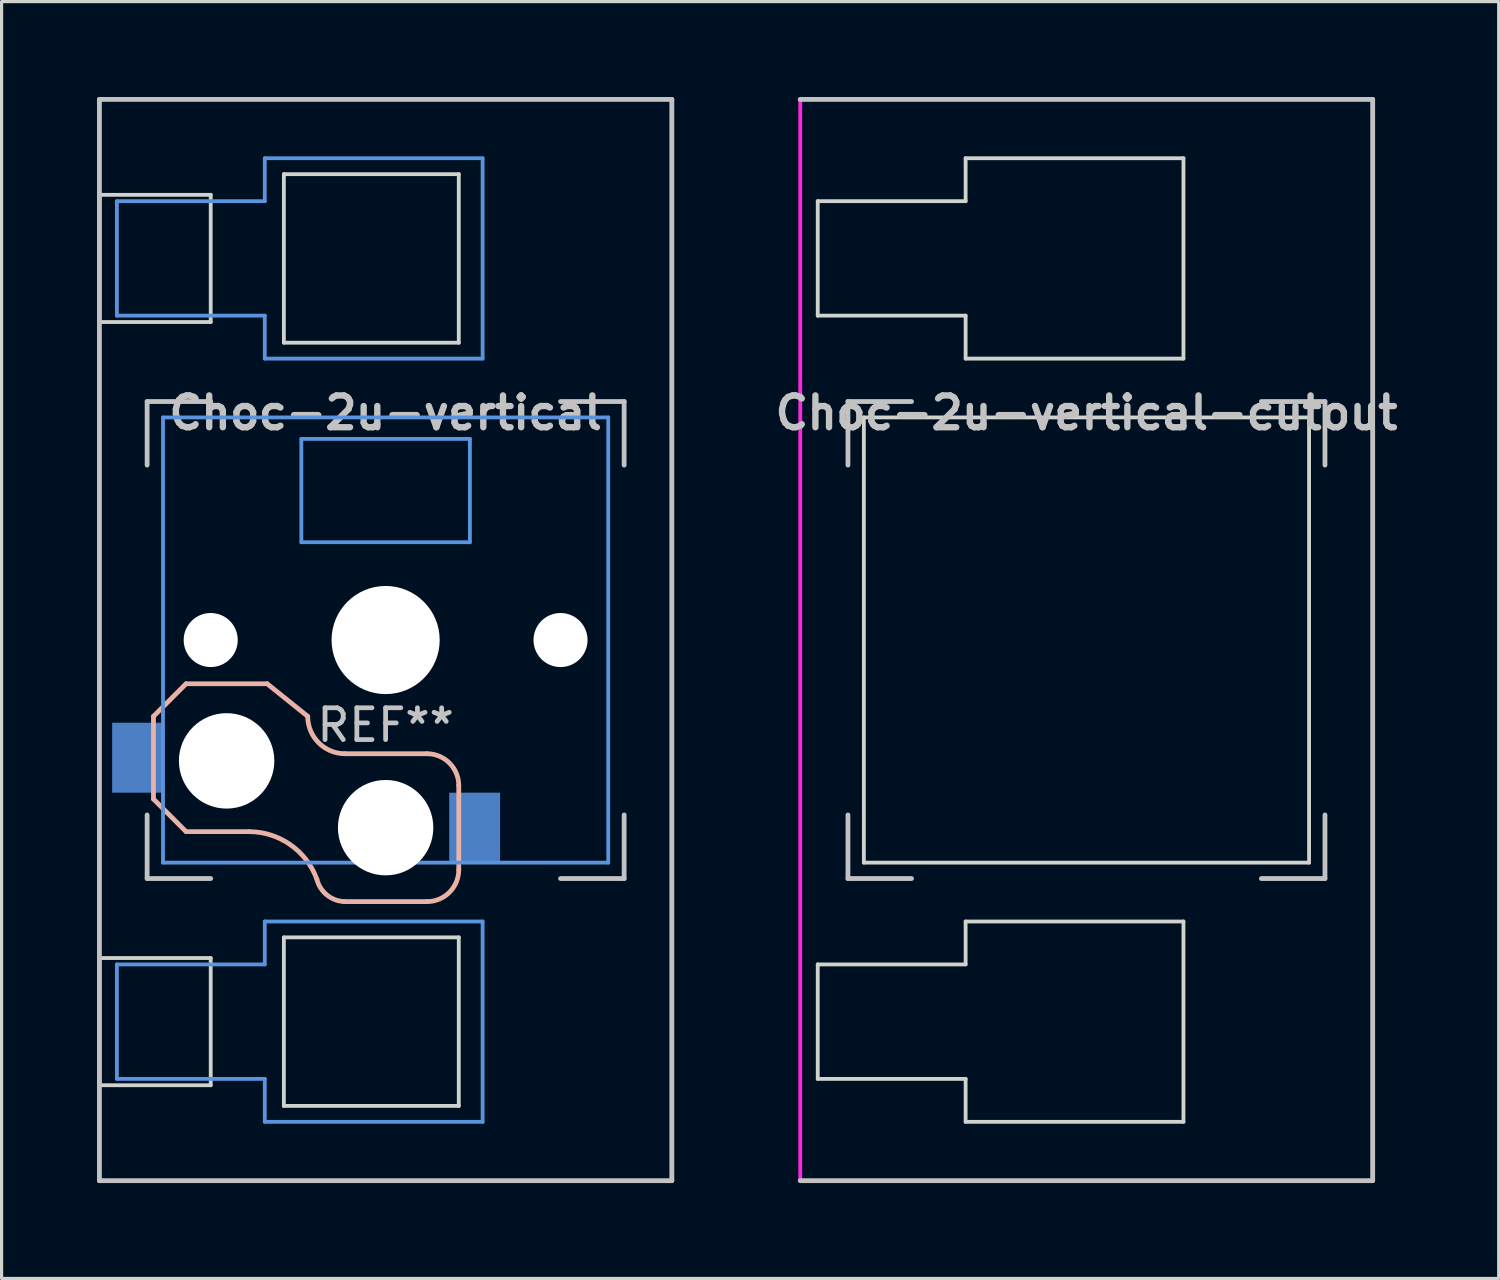
<source format=kicad_pcb>
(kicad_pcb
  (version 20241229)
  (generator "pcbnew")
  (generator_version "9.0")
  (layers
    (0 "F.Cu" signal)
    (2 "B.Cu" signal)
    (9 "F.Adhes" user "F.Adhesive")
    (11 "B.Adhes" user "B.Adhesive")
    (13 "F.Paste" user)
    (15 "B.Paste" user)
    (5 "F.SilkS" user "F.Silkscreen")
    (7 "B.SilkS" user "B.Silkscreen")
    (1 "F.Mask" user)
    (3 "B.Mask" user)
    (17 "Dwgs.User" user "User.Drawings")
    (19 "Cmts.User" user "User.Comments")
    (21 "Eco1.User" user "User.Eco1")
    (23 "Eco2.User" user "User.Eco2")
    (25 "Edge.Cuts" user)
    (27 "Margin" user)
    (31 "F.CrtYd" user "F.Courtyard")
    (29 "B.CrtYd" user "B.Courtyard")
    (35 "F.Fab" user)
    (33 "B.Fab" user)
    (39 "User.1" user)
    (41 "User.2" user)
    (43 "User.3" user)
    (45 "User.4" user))
  (footprint "Choc-2u-vertical-cutout"
    (layer "F.Cu")
    (at 31.114 17.076)
    (property "Reference" "Choc-2u-vertical-cutout" (at 0 -7.144 180) (layer "Dwgs.User") (effects (font (size 1 1) (thickness 0.2))))
    (attr through_hole)
    (fp_line (start -9 -17) (end 9 -17) (stroke (width 0.152) (type solid)) (layer "Dwgs.User"))
    (fp_line (start -7.5 -7.5) (end -7.5 -5.5) (stroke (width 0.15) (type solid)) (layer "Dwgs.User"))
    (fp_line (start -7.5 7.5) (end -7.5 5.5) (stroke (width 0.15) (type solid)) (layer "Dwgs.User"))
    (fp_line (start -5.5 -7.5) (end -7.5 -7.5) (stroke (width 0.15) (type solid)) (layer "Dwgs.User"))
    (fp_line (start -5.5 7.5) (end -7.5 7.5) (stroke (width 0.15) (type solid)) (layer "Dwgs.User"))
    (fp_line (start 5.5 -7.5) (end 7.5 -7.5) (stroke (width 0.15) (type solid)) (layer "Dwgs.User"))
    (fp_line (start 5.5 7.5) (end 7.5 7.5) (stroke (width 0.15) (type solid)) (layer "Dwgs.User"))
    (fp_line (start 7.5 -7.5) (end 7.5 -5.5) (stroke (width 0.15) (type solid)) (layer "Dwgs.User"))
    (fp_line (start 7.5 7.5) (end 7.5 5.5) (stroke (width 0.15) (type solid)) (layer "Dwgs.User"))
    (fp_line (start 9 -17) (end 9 17) (stroke (width 0.152) (type solid)) (layer "Dwgs.User"))
    (fp_line (start 9 17) (end -9 17) (stroke (width 0.152) (type solid)) (layer "Dwgs.User"))
    (fp_line (start -8.45 -13.8) (end -3.8 -13.8) (stroke (width 0.12) (type solid)) (layer "Edge.Cuts"))
    (fp_line (start -8.45 -10.2) (end -8.45 -13.8) (stroke (width 0.12) (type solid)) (layer "Edge.Cuts"))
    (fp_line (start -8.45 -10.2) (end -3.8 -10.2) (stroke (width 0.12) (type solid)) (layer "Edge.Cuts"))
    (fp_line (start -8.45 10.2) (end -3.8 10.2) (stroke (width 0.12) (type solid)) (layer "Edge.Cuts"))
    (fp_line (start -8.45 13.8) (end -8.45 10.2) (stroke (width 0.12) (type solid)) (layer "Edge.Cuts"))
    (fp_line (start -8.45 13.8) (end -3.8 13.8) (stroke (width 0.12) (type solid)) (layer "Edge.Cuts"))
    (fp_line (start -7 -7) (end -7 7) (stroke (width 0.12) (type solid)) (layer "Edge.Cuts"))
    (fp_line (start -7 7) (end 7 7) (stroke (width 0.12) (type solid)) (layer "Edge.Cuts"))
    (fp_line (start -3.8 -13.8) (end -3.8 -15.15) (stroke (width 0.12) (type solid)) (layer "Edge.Cuts"))
    (fp_line (start -3.8 -8.85) (end -3.8 -10.2) (stroke (width 0.12) (type solid)) (layer "Edge.Cuts"))
    (fp_line (start -3.8 10.2) (end -3.8 8.85) (stroke (width 0.12) (type solid)) (layer "Edge.Cuts"))
    (fp_line (start -3.8 15.15) (end -3.8 13.8) (stroke (width 0.12) (type solid)) (layer "Edge.Cuts"))
    (fp_line (start 3.05 -15.15) (end -3.8 -15.15) (stroke (width 0.12) (type solid)) (layer "Edge.Cuts"))
    (fp_line (start 3.05 -8.85) (end -3.8 -8.85) (stroke (width 0.12) (type solid)) (layer "Edge.Cuts"))
    (fp_line (start 3.05 -8.85) (end 3.05 -15.15) (stroke (width 0.12) (type solid)) (layer "Edge.Cuts"))
    (fp_line (start 3.05 8.85) (end -3.8 8.85) (stroke (width 0.12) (type solid)) (layer "Edge.Cuts"))
    (fp_line (start 3.05 15.15) (end -3.8 15.15) (stroke (width 0.12) (type solid)) (layer "Edge.Cuts"))
    (fp_line (start 3.05 15.15) (end 3.05 8.85) (stroke (width 0.12) (type solid)) (layer "Edge.Cuts"))
    (fp_line (start 7 -7) (end -7 -7) (stroke (width 0.12) (type solid)) (layer "Edge.Cuts"))
    (fp_line (start 7 7) (end 7 -7) (stroke (width 0.12) (type solid)) (layer "Edge.Cuts"))
    (fp_line (start -9 -17) (end -9 17) (stroke (width 0.12) (type solid)) (layer "F.CrtYd")))
  (footprint "Choc-2u-vertical"
    (layer "F.Cu")
    (at 9.076 17.076)
    (property "Reference" "Choc-2u-vertical" (at 0 -7.144 180) (layer "Dwgs.User") (effects (font (size 1 1) (thickness 0.2))))
    (attr through_hole)
    (fp_line (start -7.3 2.4) (end -7.3 5) (stroke (width 0.15) (type solid)) (layer "B.SilkS"))
    (fp_line (start -7.3 2.4) (end -6.275 1.375) (stroke (width 0.15) (type solid)) (layer "B.SilkS"))
    (fp_line (start -7.3 5) (end -6.275 6.025) (stroke (width 0.15) (type solid)) (layer "B.SilkS"))
    (fp_line (start -4.3 6.025) (end -6.275 6.025) (stroke (width 0.15) (type solid)) (layer "B.SilkS"))
    (fp_line (start -3.725 1.375) (end -6.275 1.375) (stroke (width 0.15) (type solid)) (layer "B.SilkS"))
    (fp_line (start -3.725 1.375) (end -2.45 2.4) (stroke (width 0.15) (type solid)) (layer "B.SilkS"))
    (fp_line (start 1.3 3.575) (end -1.275 3.575) (stroke (width 0.15) (type solid)) (layer "B.SilkS"))
    (fp_line (start 1.3 8.225) (end -1.3 8.225) (stroke (width 0.15) (type solid)) (layer "B.SilkS"))
    (fp_line (start 2.3 4.575) (end 2.3 7.225) (stroke (width 0.15) (type solid)) (layer "B.SilkS"))
    (fp_arc (start -4.3 6.025) (mid -2.995114 6.436429) (end -2.162199 7.521904) (stroke (width 0.15) (type solid)) (layer "B.SilkS"))
    (fp_arc (start -1.300995 8.223791) (mid -1.848284 8.016021) (end -2.162199 7.521904) (stroke (width 0.15) (type solid)) (layer "B.SilkS"))
    (fp_arc (start -1.275 3.575) (mid -2.10585 3.23085) (end -2.45 2.4) (stroke (width 0.15) (type solid)) (layer "B.SilkS"))
    (fp_arc (start 1.3 3.575) (mid 2.007107 3.867893) (end 2.3 4.575) (stroke (width 0.15) (type solid)) (layer "B.SilkS"))
    (fp_arc (start 2.3 7.225) (mid 2.007107 7.932107) (end 1.3 8.225) (stroke (width 0.15) (type solid)) (layer "B.SilkS"))
    (fp_line (start -9 -17) (end 9 -17) (stroke (width 0.152) (type solid)) (layer "Dwgs.User"))
    (fp_line (start -9 17) (end -9 -17) (stroke (width 0.152) (type solid)) (layer "Dwgs.User"))
    (fp_line (start -7.5 -7.5) (end -7.5 -5.5) (stroke (width 0.15) (type solid)) (layer "Dwgs.User"))
    (fp_line (start -7.5 7.5) (end -7.5 5.5) (stroke (width 0.15) (type solid)) (layer "Dwgs.User"))
    (fp_line (start -5.5 -7.5) (end -7.5 -7.5) (stroke (width 0.15) (type solid)) (layer "Dwgs.User"))
    (fp_line (start -5.5 7.5) (end -7.5 7.5) (stroke (width 0.15) (type solid)) (layer "Dwgs.User"))
    (fp_line (start 5.5 -7.5) (end 7.5 -7.5) (stroke (width 0.15) (type solid)) (layer "Dwgs.User"))
    (fp_line (start 5.5 7.5) (end 7.5 7.5) (stroke (width 0.15) (type solid)) (layer "Dwgs.User"))
    (fp_line (start 7.5 -7.5) (end 7.5 -5.5) (stroke (width 0.15) (type solid)) (layer "Dwgs.User"))
    (fp_line (start 7.5 7.5) (end 7.5 5.5) (stroke (width 0.15) (type solid)) (layer "Dwgs.User"))
    (fp_line (start 9 -17) (end 9 17) (stroke (width 0.152) (type solid)) (layer "Dwgs.User"))
    (fp_line (start 9 17) (end -9 17) (stroke (width 0.152) (type solid)) (layer "Dwgs.User"))
    (fp_line (start -8.45 -13.8) (end -3.8 -13.8) (stroke (width 0.12) (type solid)) (layer "Cmts.User"))
    (fp_line (start -8.45 -10.2) (end -8.45 -13.8) (stroke (width 0.12) (type solid)) (layer "Cmts.User"))
    (fp_line (start -8.45 -10.2) (end -3.8 -10.2) (stroke (width 0.12) (type solid)) (layer "Cmts.User"))
    (fp_line (start -8.45 10.2) (end -3.8 10.2) (stroke (width 0.12) (type solid)) (layer "Cmts.User"))
    (fp_line (start -8.45 13.8) (end -8.45 10.2) (stroke (width 0.12) (type solid)) (layer "Cmts.User"))
    (fp_line (start -8.45 13.8) (end -3.8 13.8) (stroke (width 0.12) (type solid)) (layer "Cmts.User"))
    (fp_line (start -7 -7) (end -7 7) (stroke (width 0.12) (type solid)) (layer "Cmts.User"))
    (fp_line (start -7 7) (end 7 7) (stroke (width 0.12) (type solid)) (layer "Cmts.User"))
    (fp_line (start -3.8 -13.8) (end -3.8 -15.15) (stroke (width 0.12) (type solid)) (layer "Cmts.User"))
    (fp_line (start -3.8 -8.85) (end -3.8 -10.2) (stroke (width 0.12) (type solid)) (layer "Cmts.User"))
    (fp_line (start -3.8 10.2) (end -3.8 8.85) (stroke (width 0.12) (type solid)) (layer "Cmts.User"))
    (fp_line (start -3.8 15.15) (end -3.8 13.8) (stroke (width 0.12) (type solid)) (layer "Cmts.User"))
    (fp_line (start -2.65 -6.325) (end 2.65 -6.325) (stroke (width 0.12) (type solid)) (layer "Cmts.User"))
    (fp_line (start -2.65 -3.075) (end -2.65 -6.325) (stroke (width 0.12) (type solid)) (layer "Cmts.User"))
    (fp_line (start 2.65 -6.325) (end 2.65 -3.075) (stroke (width 0.12) (type solid)) (layer "Cmts.User"))
    (fp_line (start 2.65 -3.075) (end -2.65 -3.075) (stroke (width 0.12) (type solid)) (layer "Cmts.User"))
    (fp_line (start 3.05 -15.15) (end -3.8 -15.15) (stroke (width 0.12) (type solid)) (layer "Cmts.User"))
    (fp_line (start 3.05 -8.85) (end -3.8 -8.85) (stroke (width 0.12) (type solid)) (layer "Cmts.User"))
    (fp_line (start 3.05 -8.85) (end 3.05 -15.15) (stroke (width 0.12) (type solid)) (layer "Cmts.User"))
    (fp_line (start 3.05 8.85) (end -3.8 8.85) (stroke (width 0.12) (type solid)) (layer "Cmts.User"))
    (fp_line (start 3.05 15.15) (end -3.8 15.15) (stroke (width 0.12) (type solid)) (layer "Cmts.User"))
    (fp_line (start 3.05 15.15) (end 3.05 8.85) (stroke (width 0.12) (type solid)) (layer "Cmts.User"))
    (fp_line (start 7 -7) (end -7 -7) (stroke (width 0.12) (type solid)) (layer "Cmts.User"))
    (fp_line (start 7 7) (end 7 -7) (stroke (width 0.12) (type solid)) (layer "Cmts.User"))
    (fp_line (start -9 -10) (end -9 -14) (stroke (width 0.12) (type solid)) (layer "Edge.Cuts"))
    (fp_line (start -9 -10) (end -5.5 -10) (stroke (width 0.12) (type solid)) (layer "Edge.Cuts"))
    (fp_line (start -9 14) (end -9 10) (stroke (width 0.12) (type solid)) (layer "Edge.Cuts"))
    (fp_line (start -9 14) (end -5.5 14) (stroke (width 0.12) (type solid)) (layer "Edge.Cuts"))
    (fp_line (start -5.5 -14) (end -9 -14) (stroke (width 0.12) (type solid)) (layer "Edge.Cuts"))
    (fp_line (start -5.5 -10) (end -5.5 -14) (stroke (width 0.12) (type solid)) (layer "Edge.Cuts"))
    (fp_line (start -5.5 10) (end -9 10) (stroke (width 0.12) (type solid)) (layer "Edge.Cuts"))
    (fp_line (start -5.5 14) (end -5.5 10) (stroke (width 0.12) (type solid)) (layer "Edge.Cuts"))
    (fp_line (start -3.2 -9.35) (end -3.2 -14.65) (stroke (width 0.12) (type solid)) (layer "Edge.Cuts"))
    (fp_line (start -3.2 -9.35) (end 2.3 -9.35) (stroke (width 0.12) (type solid)) (layer "Edge.Cuts"))
    (fp_line (start -3.2 14.65) (end -3.2 9.35) (stroke (width 0.12) (type solid)) (layer "Edge.Cuts"))
    (fp_line (start -3.2 14.65) (end 2.3 14.65) (stroke (width 0.12) (type solid)) (layer "Edge.Cuts"))
    (fp_line (start 2.3 -14.65) (end -3.2 -14.65) (stroke (width 0.12) (type solid)) (layer "Edge.Cuts"))
    (fp_line (start 2.3 -9.35) (end 2.3 -14.65) (stroke (width 0.12) (type solid)) (layer "Edge.Cuts"))
    (fp_line (start 2.3 9.35) (end -3.2 9.35) (stroke (width 0.12) (type solid)) (layer "Edge.Cuts"))
    (fp_line (start 2.3 14.65) (end 2.3 9.35) (stroke (width 0.12) (type solid)) (layer "Edge.Cuts"))
    (fp_text user "REF**" (at 0 2.675 0) (layer "Dwgs.User") (effects (font (size 1 1) (thickness 0.15))))
    (pad "" np_thru_hole circle (at -5.5 0 180) (size 1.7 1.7) (drill 1.7) (layers "*.Cu" "*.Mask"))
    (pad "" np_thru_hole circle (at -5 3.8 90) (size 3 3) (drill 3) (layers "*.Cu" "*.Mask"))
    (pad "" np_thru_hole circle (at 0 0 90) (size 3.4 3.4) (drill 3.4) (layers "*.Cu" "*.Mask"))
    (pad "" np_thru_hole circle (at 0 5.9 90) (size 3 3) (drill 3) (layers "*.Cu" "*.Mask"))
    (pad "" np_thru_hole circle (at 5.5 0 270) (size 1.7 1.7) (drill 1.7) (layers "*.Cu" "*.Mask"))
    (pad "1" smd rect (at -7.8 3.7 180) (size 1.6 2.2) (layers "B.Cu" "B.Mask" "B.Paste"))
    (pad "2" smd rect (at 2.8 5.9 180) (size 1.6 2.2) (layers "B.Cu" "B.Mask" "B.Paste")))
  (gr_rect
    (start -3 -3)
    (end 44.076 37.152)
    (stroke (width 0.1) (type default))
    (fill no)
    (layer "Edge.Cuts")))
</source>
